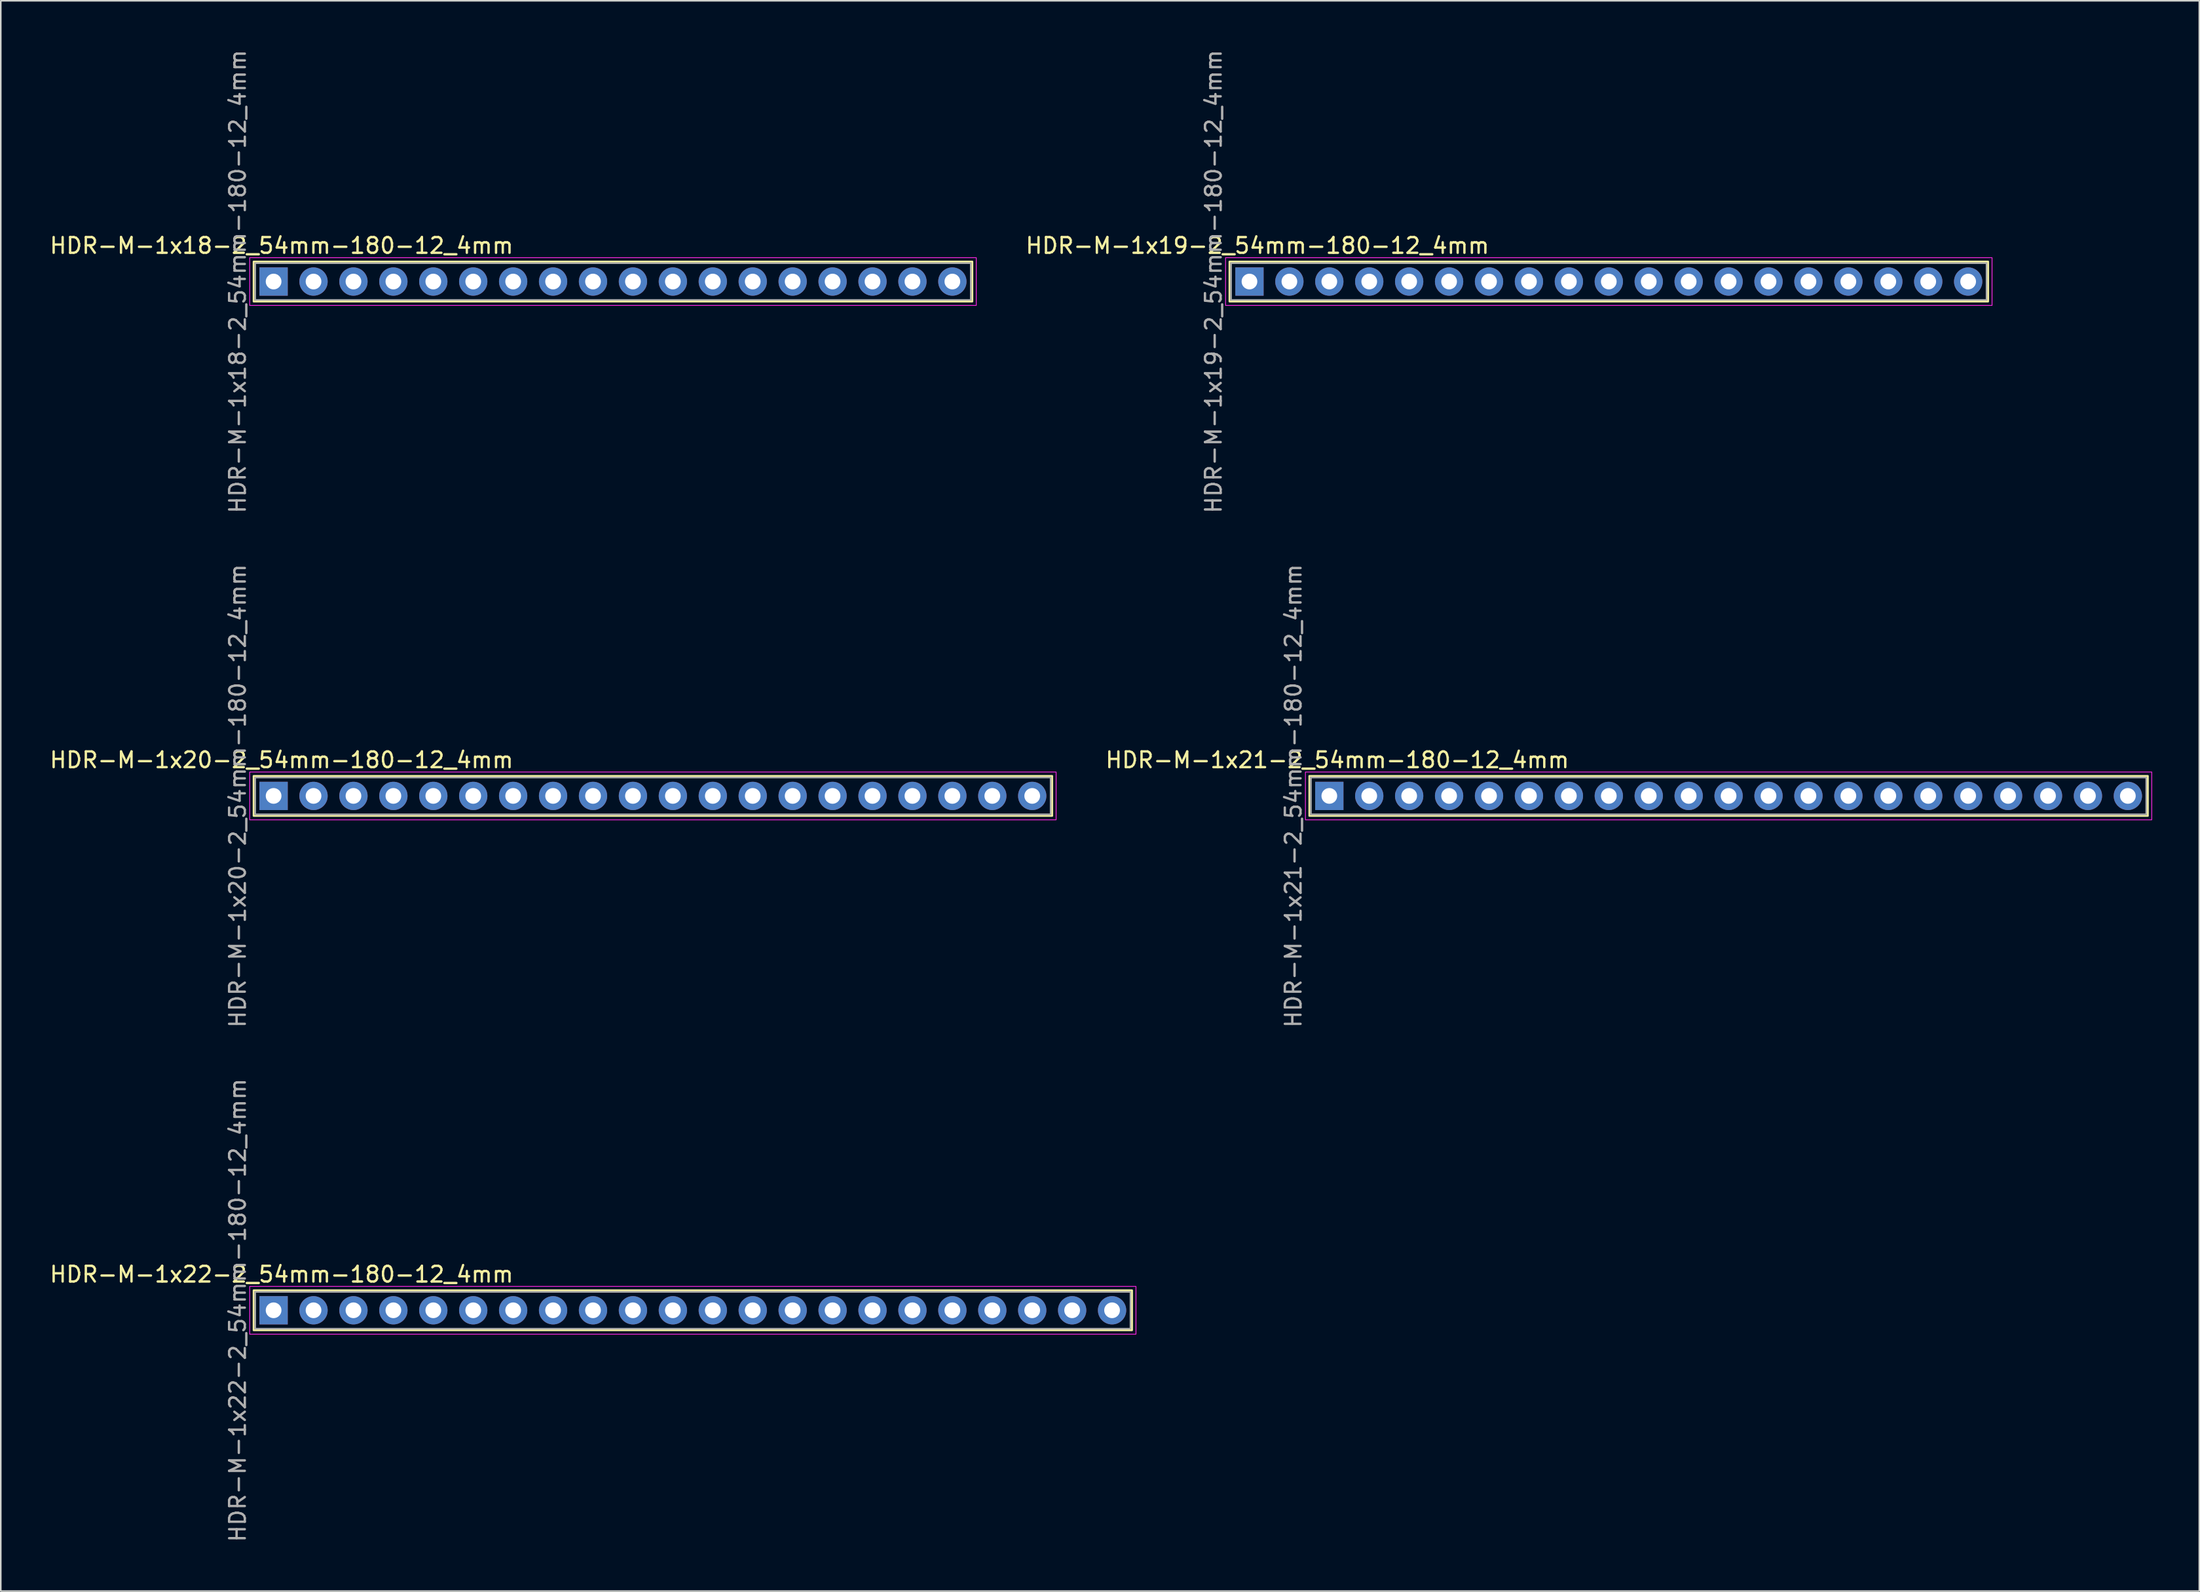
<source format=kicad_pcb>
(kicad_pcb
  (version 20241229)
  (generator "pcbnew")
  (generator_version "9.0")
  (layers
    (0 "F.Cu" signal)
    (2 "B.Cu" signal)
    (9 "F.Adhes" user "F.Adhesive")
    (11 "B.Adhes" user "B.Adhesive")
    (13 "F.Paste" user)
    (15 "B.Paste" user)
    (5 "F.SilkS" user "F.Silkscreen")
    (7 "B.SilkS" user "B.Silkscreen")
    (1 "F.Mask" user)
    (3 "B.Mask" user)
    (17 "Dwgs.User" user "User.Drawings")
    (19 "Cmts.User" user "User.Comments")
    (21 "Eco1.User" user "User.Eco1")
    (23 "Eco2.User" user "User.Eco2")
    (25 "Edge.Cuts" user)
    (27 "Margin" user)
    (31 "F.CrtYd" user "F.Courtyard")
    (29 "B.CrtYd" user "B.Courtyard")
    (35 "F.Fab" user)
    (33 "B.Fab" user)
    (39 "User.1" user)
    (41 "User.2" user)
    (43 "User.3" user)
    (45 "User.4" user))
  (footprint "HDR-M-1x20-2_54mm-180-12_4mm"
    (layer "F.Cu")
    (at 14.355 47.589)
    (property "Reference" "HDR-M-1x20-2_54mm-180-12_4mm" (at 0.508 -2.286 0) (unlocked yes) (layer "F.SilkS") (effects (font (size 1 1) (thickness 0.15))))
    (attr through_hole)
    (fp_rect (start -1.27 -1.27) (end 49.53 1.27) (stroke (width 0.12) (type solid)) (fill no) (layer "F.SilkS"))
    (fp_rect (start -1.52 -1.52) (end 49.78 1.52) (stroke (width 0.05) (type solid)) (fill no) (layer "F.CrtYd"))
    (fp_rect (start -1.17 -1.17) (end 49.43 1.17) (stroke (width 0.1) (type solid)) (fill no) (layer "F.Fab"))
    (fp_text user "${REFERENCE}" (at -2.286 0 90) (unlocked yes) (layer "F.Fab") (effects (font (size 1 1) (thickness 0.15))))
    (pad "1" thru_hole rect (at 0 0) (size 1.8 1.8) (drill 1) (layers "*.Cu" "*.Mask"))
    (pad "2" thru_hole circle (at 2.54 0) (size 1.8 1.8) (drill 1) (layers "*.Cu" "*.Mask"))
    (pad "3" thru_hole circle (at 5.08 0) (size 1.8 1.8) (drill 1) (layers "*.Cu" "*.Mask"))
    (pad "4" thru_hole circle (at 7.62 0) (size 1.8 1.8) (drill 1) (layers "*.Cu" "*.Mask"))
    (pad "5" thru_hole circle (at 10.16 0) (size 1.8 1.8) (drill 1) (layers "*.Cu" "*.Mask"))
    (pad "6" thru_hole circle (at 12.7 0) (size 1.8 1.8) (drill 1) (layers "*.Cu" "*.Mask"))
    (pad "7" thru_hole circle (at 15.24 0) (size 1.8 1.8) (drill 1) (layers "*.Cu" "*.Mask"))
    (pad "8" thru_hole circle (at 17.78 0) (size 1.8 1.8) (drill 1) (layers "*.Cu" "*.Mask"))
    (pad "9" thru_hole circle (at 20.32 0) (size 1.8 1.8) (drill 1) (layers "*.Cu" "*.Mask"))
    (pad "10" thru_hole circle (at 22.86 0) (size 1.8 1.8) (drill 1) (layers "*.Cu" "*.Mask"))
    (pad "11" thru_hole circle (at 25.4 0) (size 1.8 1.8) (drill 1) (layers "*.Cu" "*.Mask"))
    (pad "12" thru_hole circle (at 27.94 0) (size 1.8 1.8) (drill 1) (layers "*.Cu" "*.Mask"))
    (pad "13" thru_hole circle (at 30.48 0) (size 1.8 1.8) (drill 1) (layers "*.Cu" "*.Mask"))
    (pad "14" thru_hole circle (at 33.02 0) (size 1.8 1.8) (drill 1) (layers "*.Cu" "*.Mask"))
    (pad "15" thru_hole circle (at 35.56 0) (size 1.8 1.8) (drill 1) (layers "*.Cu" "*.Mask"))
    (pad "16" thru_hole circle (at 38.1 0) (size 1.8 1.8) (drill 1) (layers "*.Cu" "*.Mask"))
    (pad "17" thru_hole circle (at 40.64 0) (size 1.8 1.8) (drill 1) (layers "*.Cu" "*.Mask"))
    (pad "18" thru_hole circle (at 43.18 0) (size 1.8 1.8) (drill 1) (layers "*.Cu" "*.Mask"))
    (pad "19" thru_hole circle (at 45.72 0) (size 1.8 1.8) (drill 1) (layers "*.Cu" "*.Mask"))
    (pad "20" thru_hole circle (at 48.26 0) (size 1.8 1.8) (drill 1) (layers "*.Cu" "*.Mask")))
  (footprint "HDR-M-1x21-2_54mm-180-12_4mm"
    (layer "F.Cu")
    (at 81.515 47.589)
    (property "Reference" "HDR-M-1x21-2_54mm-180-12_4mm" (at 0.508 -2.286 0) (unlocked yes) (layer "F.SilkS") (effects (font (size 1 1) (thickness 0.15))))
    (attr through_hole)
    (fp_rect (start -1.27 -1.27) (end 52.07 1.27) (stroke (width 0.12) (type solid)) (fill no) (layer "F.SilkS"))
    (fp_rect (start -1.52 -1.52) (end 52.32 1.52) (stroke (width 0.05) (type solid)) (fill no) (layer "F.CrtYd"))
    (fp_rect (start -1.17 -1.17) (end 51.97 1.17) (stroke (width 0.1) (type solid)) (fill no) (layer "F.Fab"))
    (fp_text user "${REFERENCE}" (at -2.286 0 90) (unlocked yes) (layer "F.Fab") (effects (font (size 1 1) (thickness 0.15))))
    (pad "1" thru_hole rect (at 0 0) (size 1.8 1.8) (drill 1) (layers "*.Cu" "*.Mask"))
    (pad "2" thru_hole circle (at 2.54 0) (size 1.8 1.8) (drill 1) (layers "*.Cu" "*.Mask"))
    (pad "3" thru_hole circle (at 5.08 0) (size 1.8 1.8) (drill 1) (layers "*.Cu" "*.Mask"))
    (pad "4" thru_hole circle (at 7.62 0) (size 1.8 1.8) (drill 1) (layers "*.Cu" "*.Mask"))
    (pad "5" thru_hole circle (at 10.16 0) (size 1.8 1.8) (drill 1) (layers "*.Cu" "*.Mask"))
    (pad "6" thru_hole circle (at 12.7 0) (size 1.8 1.8) (drill 1) (layers "*.Cu" "*.Mask"))
    (pad "7" thru_hole circle (at 15.24 0) (size 1.8 1.8) (drill 1) (layers "*.Cu" "*.Mask"))
    (pad "8" thru_hole circle (at 17.78 0) (size 1.8 1.8) (drill 1) (layers "*.Cu" "*.Mask"))
    (pad "9" thru_hole circle (at 20.32 0) (size 1.8 1.8) (drill 1) (layers "*.Cu" "*.Mask"))
    (pad "10" thru_hole circle (at 22.86 0) (size 1.8 1.8) (drill 1) (layers "*.Cu" "*.Mask"))
    (pad "11" thru_hole circle (at 25.4 0) (size 1.8 1.8) (drill 1) (layers "*.Cu" "*.Mask"))
    (pad "12" thru_hole circle (at 27.94 0) (size 1.8 1.8) (drill 1) (layers "*.Cu" "*.Mask"))
    (pad "13" thru_hole circle (at 30.48 0) (size 1.8 1.8) (drill 1) (layers "*.Cu" "*.Mask"))
    (pad "14" thru_hole circle (at 33.02 0) (size 1.8 1.8) (drill 1) (layers "*.Cu" "*.Mask"))
    (pad "15" thru_hole circle (at 35.56 0) (size 1.8 1.8) (drill 1) (layers "*.Cu" "*.Mask"))
    (pad "16" thru_hole circle (at 38.1 0) (size 1.8 1.8) (drill 1) (layers "*.Cu" "*.Mask"))
    (pad "17" thru_hole circle (at 40.64 0) (size 1.8 1.8) (drill 1) (layers "*.Cu" "*.Mask"))
    (pad "18" thru_hole circle (at 43.18 0) (size 1.8 1.8) (drill 1) (layers "*.Cu" "*.Mask"))
    (pad "19" thru_hole circle (at 45.72 0) (size 1.8 1.8) (drill 1) (layers "*.Cu" "*.Mask"))
    (pad "20" thru_hole circle (at 48.26 0) (size 1.8 1.8) (drill 1) (layers "*.Cu" "*.Mask"))
    (pad "21" thru_hole circle (at 50.8 0) (size 1.8 1.8) (drill 1) (layers "*.Cu" "*.Mask")))
  (footprint "HDR-M-1x18-2_54mm-180-12_4mm"
    (layer "F.Cu")
    (at 14.355 14.863)
    (property "Reference" "HDR-M-1x18-2_54mm-180-12_4mm" (at 0.508 -2.286 0) (unlocked yes) (layer "F.SilkS") (effects (font (size 1 1) (thickness 0.15))))
    (attr through_hole)
    (fp_rect (start -1.27 -1.27) (end 44.45 1.27) (stroke (width 0.12) (type solid)) (fill no) (layer "F.SilkS"))
    (fp_rect (start -1.52 -1.52) (end 44.7 1.52) (stroke (width 0.05) (type solid)) (fill no) (layer "F.CrtYd"))
    (fp_rect (start -1.17 -1.17) (end 44.35 1.17) (stroke (width 0.1) (type solid)) (fill no) (layer "F.Fab"))
    (fp_text user "${REFERENCE}" (at -2.286 0 90) (unlocked yes) (layer "F.Fab") (effects (font (size 1 1) (thickness 0.15))))
    (pad "1" thru_hole rect (at 0 0) (size 1.8 1.8) (drill 1) (layers "*.Cu" "*.Mask"))
    (pad "2" thru_hole circle (at 2.54 0) (size 1.8 1.8) (drill 1) (layers "*.Cu" "*.Mask"))
    (pad "3" thru_hole circle (at 5.08 0) (size 1.8 1.8) (drill 1) (layers "*.Cu" "*.Mask"))
    (pad "4" thru_hole circle (at 7.62 0) (size 1.8 1.8) (drill 1) (layers "*.Cu" "*.Mask"))
    (pad "5" thru_hole circle (at 10.16 0) (size 1.8 1.8) (drill 1) (layers "*.Cu" "*.Mask"))
    (pad "6" thru_hole circle (at 12.7 0) (size 1.8 1.8) (drill 1) (layers "*.Cu" "*.Mask"))
    (pad "7" thru_hole circle (at 15.24 0) (size 1.8 1.8) (drill 1) (layers "*.Cu" "*.Mask"))
    (pad "8" thru_hole circle (at 17.78 0) (size 1.8 1.8) (drill 1) (layers "*.Cu" "*.Mask"))
    (pad "9" thru_hole circle (at 20.32 0) (size 1.8 1.8) (drill 1) (layers "*.Cu" "*.Mask"))
    (pad "10" thru_hole circle (at 22.86 0) (size 1.8 1.8) (drill 1) (layers "*.Cu" "*.Mask"))
    (pad "11" thru_hole circle (at 25.4 0) (size 1.8 1.8) (drill 1) (layers "*.Cu" "*.Mask"))
    (pad "12" thru_hole circle (at 27.94 0) (size 1.8 1.8) (drill 1) (layers "*.Cu" "*.Mask"))
    (pad "13" thru_hole circle (at 30.48 0) (size 1.8 1.8) (drill 1) (layers "*.Cu" "*.Mask"))
    (pad "14" thru_hole circle (at 33.02 0) (size 1.8 1.8) (drill 1) (layers "*.Cu" "*.Mask"))
    (pad "15" thru_hole circle (at 35.56 0) (size 1.8 1.8) (drill 1) (layers "*.Cu" "*.Mask"))
    (pad "16" thru_hole circle (at 38.1 0) (size 1.8 1.8) (drill 1) (layers "*.Cu" "*.Mask"))
    (pad "17" thru_hole circle (at 40.64 0) (size 1.8 1.8) (drill 1) (layers "*.Cu" "*.Mask"))
    (pad "18" thru_hole circle (at 43.18 0) (size 1.8 1.8) (drill 1) (layers "*.Cu" "*.Mask")))
  (footprint "HDR-M-1x22-2_54mm-180-12_4mm"
    (layer "F.Cu")
    (at 14.355 80.315)
    (property "Reference" "HDR-M-1x22-2_54mm-180-12_4mm" (at 0.508 -2.286 0) (unlocked yes) (layer "F.SilkS") (effects (font (size 1 1) (thickness 0.15))))
    (attr through_hole)
    (fp_rect (start -1.27 -1.27) (end 54.61 1.27) (stroke (width 0.12) (type solid)) (fill no) (layer "F.SilkS"))
    (fp_rect (start -1.52 -1.52) (end 54.86 1.52) (stroke (width 0.05) (type solid)) (fill no) (layer "F.CrtYd"))
    (fp_rect (start -1.17 -1.17) (end 54.51 1.17) (stroke (width 0.1) (type solid)) (fill no) (layer "F.Fab"))
    (fp_text user "${REFERENCE}" (at -2.286 0 90) (unlocked yes) (layer "F.Fab") (effects (font (size 1 1) (thickness 0.15))))
    (pad "1" thru_hole rect (at 0 0) (size 1.8 1.8) (drill 1) (layers "*.Cu" "*.Mask"))
    (pad "2" thru_hole circle (at 2.54 0) (size 1.8 1.8) (drill 1) (layers "*.Cu" "*.Mask"))
    (pad "3" thru_hole circle (at 5.08 0) (size 1.8 1.8) (drill 1) (layers "*.Cu" "*.Mask"))
    (pad "4" thru_hole circle (at 7.62 0) (size 1.8 1.8) (drill 1) (layers "*.Cu" "*.Mask"))
    (pad "5" thru_hole circle (at 10.16 0) (size 1.8 1.8) (drill 1) (layers "*.Cu" "*.Mask"))
    (pad "6" thru_hole circle (at 12.7 0) (size 1.8 1.8) (drill 1) (layers "*.Cu" "*.Mask"))
    (pad "7" thru_hole circle (at 15.24 0) (size 1.8 1.8) (drill 1) (layers "*.Cu" "*.Mask"))
    (pad "8" thru_hole circle (at 17.78 0) (size 1.8 1.8) (drill 1) (layers "*.Cu" "*.Mask"))
    (pad "9" thru_hole circle (at 20.32 0) (size 1.8 1.8) (drill 1) (layers "*.Cu" "*.Mask"))
    (pad "10" thru_hole circle (at 22.86 0) (size 1.8 1.8) (drill 1) (layers "*.Cu" "*.Mask"))
    (pad "11" thru_hole circle (at 25.4 0) (size 1.8 1.8) (drill 1) (layers "*.Cu" "*.Mask"))
    (pad "12" thru_hole circle (at 27.94 0) (size 1.8 1.8) (drill 1) (layers "*.Cu" "*.Mask"))
    (pad "13" thru_hole circle (at 30.48 0) (size 1.8 1.8) (drill 1) (layers "*.Cu" "*.Mask"))
    (pad "14" thru_hole circle (at 33.02 0) (size 1.8 1.8) (drill 1) (layers "*.Cu" "*.Mask"))
    (pad "15" thru_hole circle (at 35.56 0) (size 1.8 1.8) (drill 1) (layers "*.Cu" "*.Mask"))
    (pad "16" thru_hole circle (at 38.1 0) (size 1.8 1.8) (drill 1) (layers "*.Cu" "*.Mask"))
    (pad "17" thru_hole circle (at 40.64 0) (size 1.8 1.8) (drill 1) (layers "*.Cu" "*.Mask"))
    (pad "18" thru_hole circle (at 43.18 0) (size 1.8 1.8) (drill 1) (layers "*.Cu" "*.Mask"))
    (pad "19" thru_hole circle (at 45.72 0) (size 1.8 1.8) (drill 1) (layers "*.Cu" "*.Mask"))
    (pad "20" thru_hole circle (at 48.26 0) (size 1.8 1.8) (drill 1) (layers "*.Cu" "*.Mask"))
    (pad "21" thru_hole circle (at 50.8 0) (size 1.8 1.8) (drill 1) (layers "*.Cu" "*.Mask"))
    (pad "22" thru_hole circle (at 53.34 0) (size 1.8 1.8) (drill 1) (layers "*.Cu" "*.Mask")))
  (footprint "HDR-M-1x19-2_54mm-180-12_4mm"
    (layer "F.Cu")
    (at 76.435 14.863)
    (property "Reference" "HDR-M-1x19-2_54mm-180-12_4mm" (at 0.508 -2.286 0) (unlocked yes) (layer "F.SilkS") (effects (font (size 1 1) (thickness 0.15))))
    (attr through_hole)
    (fp_rect (start -1.27 -1.27) (end 46.99 1.27) (stroke (width 0.12) (type solid)) (fill no) (layer "F.SilkS"))
    (fp_rect (start -1.52 -1.52) (end 47.24 1.52) (stroke (width 0.05) (type solid)) (fill no) (layer "F.CrtYd"))
    (fp_rect (start -1.17 -1.17) (end 46.89 1.17) (stroke (width 0.1) (type solid)) (fill no) (layer "F.Fab"))
    (fp_text user "${REFERENCE}" (at -2.286 0 90) (unlocked yes) (layer "F.Fab") (effects (font (size 1 1) (thickness 0.15))))
    (pad "1" thru_hole rect (at 0 0) (size 1.8 1.8) (drill 1) (layers "*.Cu" "*.Mask"))
    (pad "2" thru_hole circle (at 2.54 0) (size 1.8 1.8) (drill 1) (layers "*.Cu" "*.Mask"))
    (pad "3" thru_hole circle (at 5.08 0) (size 1.8 1.8) (drill 1) (layers "*.Cu" "*.Mask"))
    (pad "4" thru_hole circle (at 7.62 0) (size 1.8 1.8) (drill 1) (layers "*.Cu" "*.Mask"))
    (pad "5" thru_hole circle (at 10.16 0) (size 1.8 1.8) (drill 1) (layers "*.Cu" "*.Mask"))
    (pad "6" thru_hole circle (at 12.7 0) (size 1.8 1.8) (drill 1) (layers "*.Cu" "*.Mask"))
    (pad "7" thru_hole circle (at 15.24 0) (size 1.8 1.8) (drill 1) (layers "*.Cu" "*.Mask"))
    (pad "8" thru_hole circle (at 17.78 0) (size 1.8 1.8) (drill 1) (layers "*.Cu" "*.Mask"))
    (pad "9" thru_hole circle (at 20.32 0) (size 1.8 1.8) (drill 1) (layers "*.Cu" "*.Mask"))
    (pad "10" thru_hole circle (at 22.86 0) (size 1.8 1.8) (drill 1) (layers "*.Cu" "*.Mask"))
    (pad "11" thru_hole circle (at 25.4 0) (size 1.8 1.8) (drill 1) (layers "*.Cu" "*.Mask"))
    (pad "12" thru_hole circle (at 27.94 0) (size 1.8 1.8) (drill 1) (layers "*.Cu" "*.Mask"))
    (pad "13" thru_hole circle (at 30.48 0) (size 1.8 1.8) (drill 1) (layers "*.Cu" "*.Mask"))
    (pad "14" thru_hole circle (at 33.02 0) (size 1.8 1.8) (drill 1) (layers "*.Cu" "*.Mask"))
    (pad "15" thru_hole circle (at 35.56 0) (size 1.8 1.8) (drill 1) (layers "*.Cu" "*.Mask"))
    (pad "16" thru_hole circle (at 38.1 0) (size 1.8 1.8) (drill 1) (layers "*.Cu" "*.Mask"))
    (pad "17" thru_hole circle (at 40.64 0) (size 1.8 1.8) (drill 1) (layers "*.Cu" "*.Mask"))
    (pad "18" thru_hole circle (at 43.18 0) (size 1.8 1.8) (drill 1) (layers "*.Cu" "*.Mask"))
    (pad "19" thru_hole circle (at 45.72 0) (size 1.8 1.8) (drill 1) (layers "*.Cu" "*.Mask")))
  (gr_rect
    (start -3 -3)
    (end 136.86 98.179)
    (stroke (width 0.1) (type default))
    (fill no)
    (layer "Edge.Cuts")))
</source>
